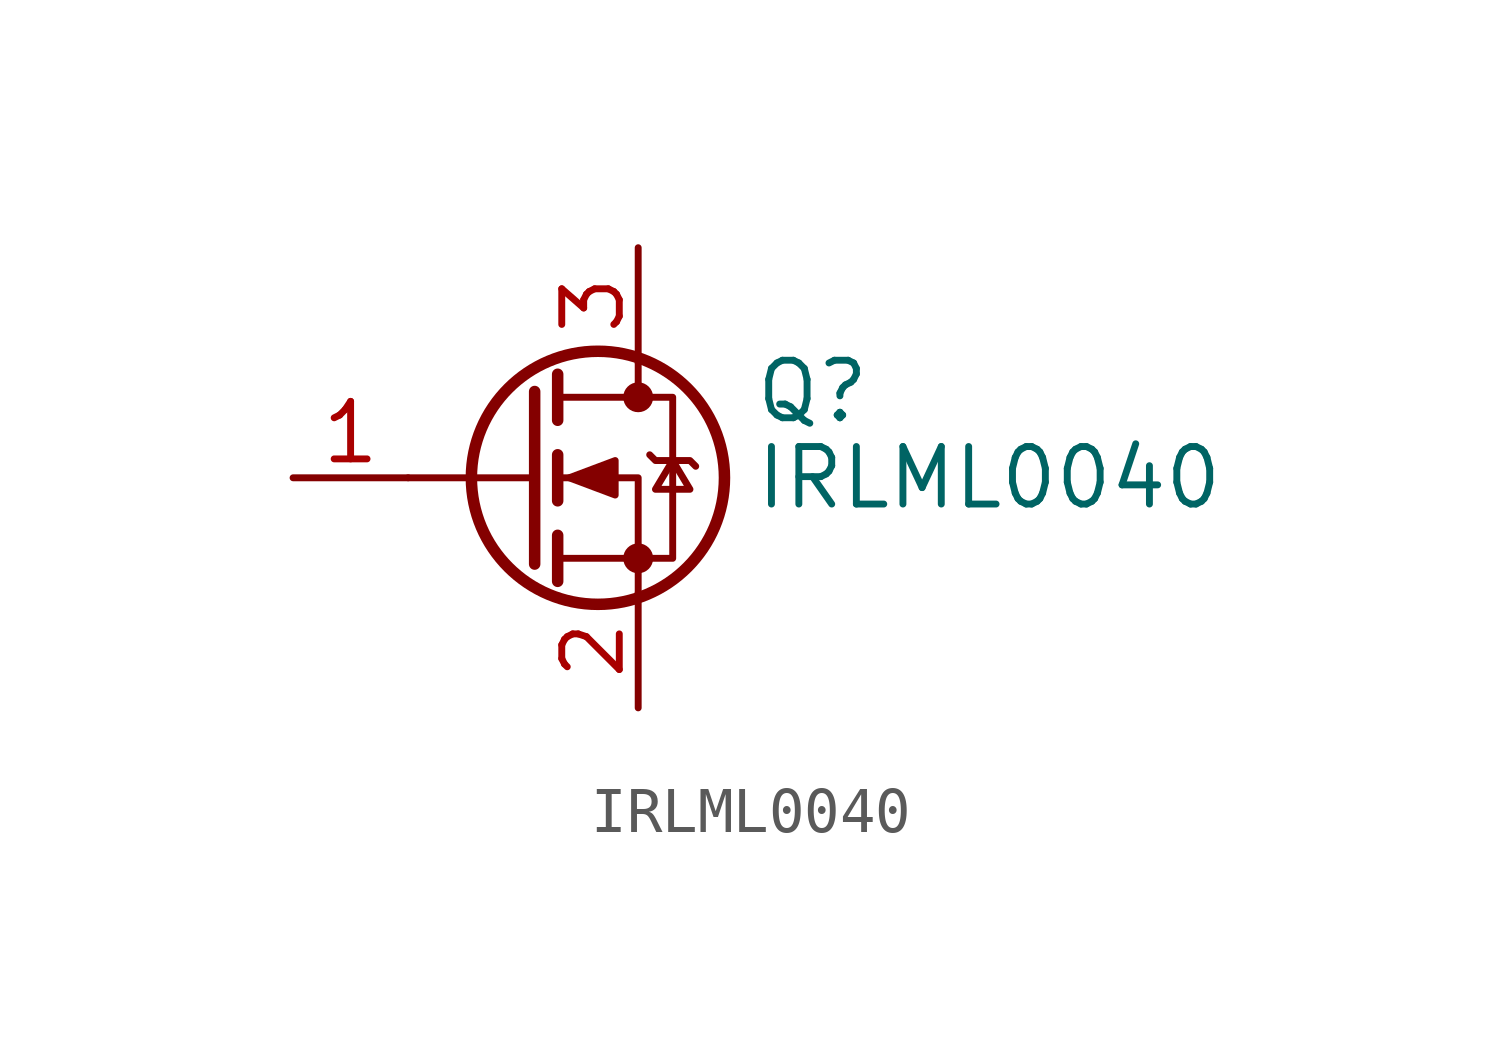
<source format=kicad_sym>
(kicad_symbol_lib
  (version 20210619)
  (generator kicad_symbol_editor)
  (symbol "Transistor_FET_GTR:IRLML0040"
    (pin_names hide)
    (property "Reference" "Q"
      (at 5.08 1.905 0)
      (effects (font (size 1.27 1.27)) (justify left)))
    (property "Value" "IRLML0040"
      (at 5.08 0 0)
      (effects (font (size 1.27 1.27)) (justify left)))
    (symbol "IRLML0040_0_1"
      (circle (center 1.651 0) (radius 2.794) (stroke (width 0.254)) (fill (type none)))
      (circle (center 2.54 -1.778) (radius 0.254) (stroke (width 0)) (fill (type outline)))
      (circle (center 2.54 1.778) (radius 0.254) (stroke (width 0)) (fill (type outline)))
      (polyline (pts (xy 0.254 0) (xy -2.54 0)) (stroke (width 0)) (fill (type none)))
      (polyline (pts (xy 0.254 1.905) (xy 0.254 -1.905)) (stroke (width 0.254)) (fill (type none)))
      (polyline (pts (xy 0.762 -1.27) (xy 0.762 -2.286)) (stroke (width 0.254)) (fill (type none)))
      (polyline (pts (xy 0.762 0.508) (xy 0.762 -0.508)) (stroke (width 0.254)) (fill (type none)))
      (polyline (pts (xy 0.762 2.286) (xy 0.762 1.27)) (stroke (width 0.254)) (fill (type none)))
      (polyline (pts (xy 2.54 2.54) (xy 2.54 1.778)) (stroke (width 0)) (fill (type none)))
      (polyline (pts (xy 2.54 -2.54) (xy 2.54 0) (xy 0.762 0)) (stroke (width 0)) (fill (type none)))
      (polyline (pts (xy 0.762 -1.778) (xy 3.302 -1.778) (xy 3.302 1.778) (xy 0.762 1.778)) (stroke (width 0)) (fill (type none)))
      (polyline (pts (xy 2.794 0.508) (xy 2.921 0.381) (xy 3.683 0.381) (xy 3.81 0.254)) (stroke (width 0)) (fill (type none)))
      (polyline (pts (xy 3.302 0.381) (xy 2.921 -0.254) (xy 3.683 -0.254) (xy 3.302 0.381)) (stroke (width 0)) (fill (type none)))
      (polyline (pts (xy 1.016 0) (xy 2.032 0.381) (xy 2.032 -0.381) (xy 1.016 0)) (stroke (width 0)) (fill (type outline))))
    (symbol "IRLML0040_1_1"
      (pin input line (at -5.08 0 0) (length 2.54) (name "G" (effects (font (size 1.27 1.27)))) (number "1" (effects (font (size 1.27 1.27)))))
      (pin passive line (at 2.54 -5.08 90) (length 2.54) (name "S" (effects (font (size 1.27 1.27)))) (number "2" (effects (font (size 1.27 1.27)))))
      (pin passive line (at 2.54 5.08 270) (length 2.54) (name "D" (effects (font (size 1.27 1.27)))) (number "3" (effects (font (size 1.27 1.27))))))))
</source>
